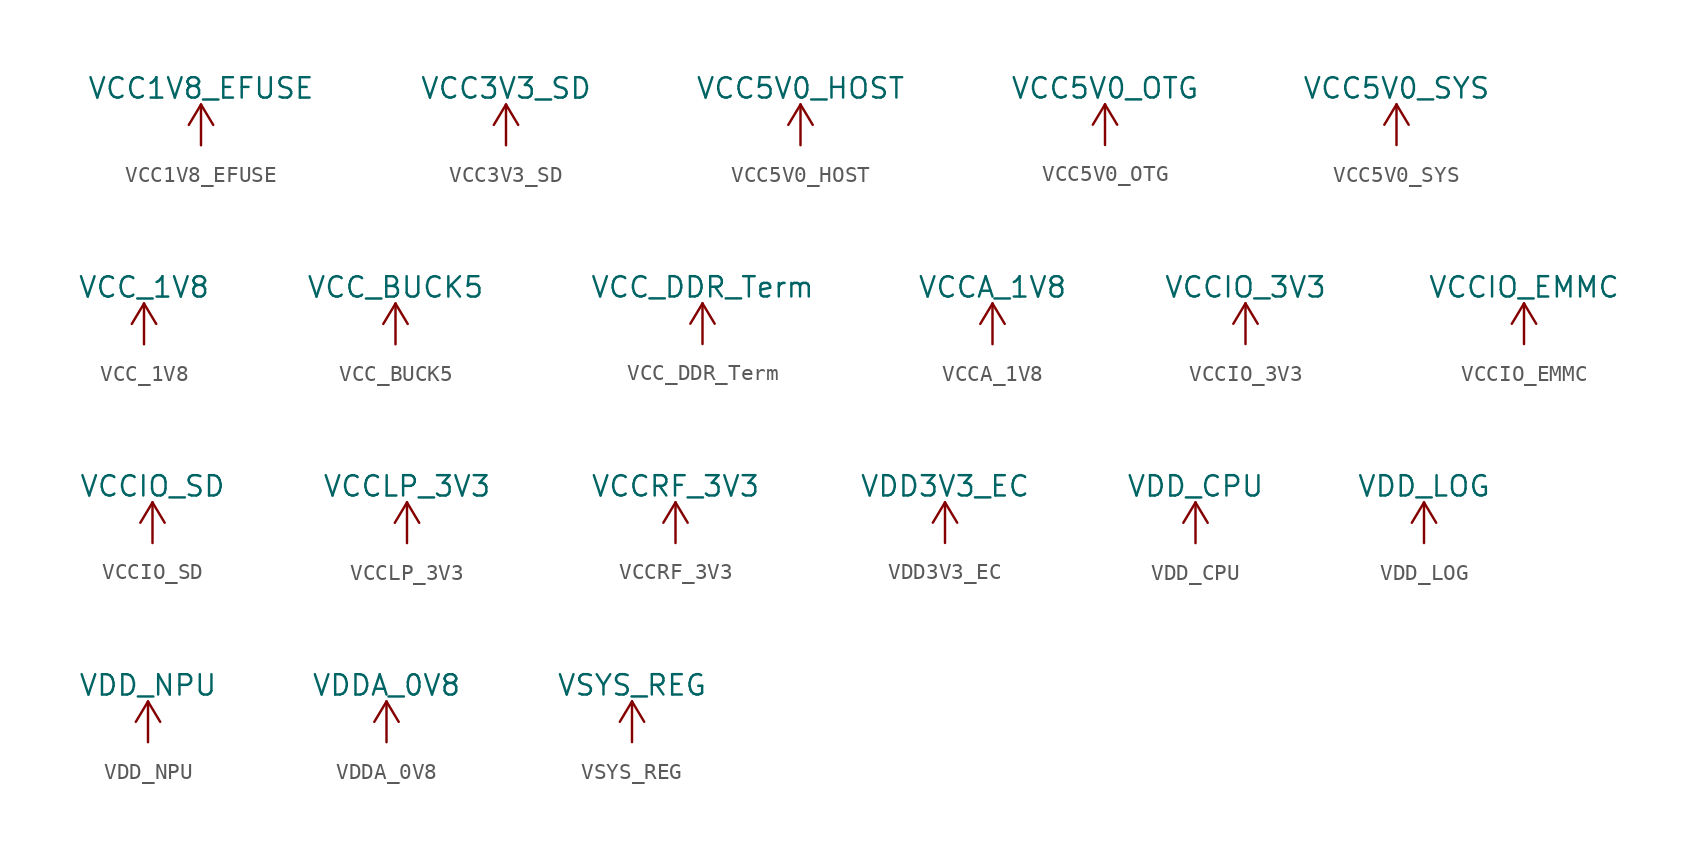
<source format=kicad_sym>
(kicad_symbol_lib
  (version 20220914)
  (generator kicad_symbol_editor)
  (symbol "VCC1V8_EFUSE"
    (power)
    (pin_names
      (offset 0))
    (property "Reference" "#PWR"
      (at 0 -3.81 0)
      (effects (font (size 1.27 1.27)) hide))
    (property "Value" "VCC1V8_EFUSE"
      (at 0 3.556 0)
      (effects (font (size 1.27 1.27))))
    (symbol "VCC1V8_EFUSE_0_1"
      (polyline (pts (xy -0.762 1.27) (xy 0 2.54)) (stroke (width 0) (type default)) (fill (type none)))
      (polyline (pts (xy 0 0) (xy 0 2.54)) (stroke (width 0) (type default)) (fill (type none)))
      (polyline (pts (xy 0 2.54) (xy 0.762 1.27)) (stroke (width 0) (type default)) (fill (type none))))
    (symbol "VCC1V8_EFUSE_1_1"
      (pin power_in line (at 0 0 90) (length 0) hide (name "VCC1V8_EFUSE" (effects (font (size 1.27 1.27)))) (number "1" (effects (font (size 1.27 1.27)))))))
  (symbol "VCC3V3_SD"
    (power)
    (pin_names
      (offset 0))
    (property "Reference" "#PWR"
      (at 0 -3.81 0)
      (effects (font (size 1.27 1.27)) hide))
    (property "Value" "VCC3V3_SD"
      (at 0 3.556 0)
      (effects (font (size 1.27 1.27))))
    (symbol "VCC3V3_SD_0_1"
      (polyline (pts (xy -0.762 1.27) (xy 0 2.54)) (stroke (width 0) (type default)) (fill (type none)))
      (polyline (pts (xy 0 0) (xy 0 2.54)) (stroke (width 0) (type default)) (fill (type none)))
      (polyline (pts (xy 0 2.54) (xy 0.762 1.27)) (stroke (width 0) (type default)) (fill (type none))))
    (symbol "VCC3V3_SD_1_1"
      (pin power_in line (at 0 0 90) (length 0) hide (name "VCC3V3_SD" (effects (font (size 1.27 1.27)))) (number "1" (effects (font (size 1.27 1.27)))))))
  (symbol "VCC5V0_HOST"
    (power)
    (pin_names
      (offset 0))
    (property "Reference" "#PWR"
      (at 0 -3.81 0)
      (effects (font (size 1.27 1.27)) hide))
    (property "Value" "VCC5V0_HOST"
      (at 0 3.556 0)
      (effects (font (size 1.27 1.27))))
    (symbol "VCC5V0_HOST_0_1"
      (polyline (pts (xy -0.762 1.27) (xy 0 2.54)) (stroke (width 0) (type default)) (fill (type none)))
      (polyline (pts (xy 0 0) (xy 0 2.54)) (stroke (width 0) (type default)) (fill (type none)))
      (polyline (pts (xy 0 2.54) (xy 0.762 1.27)) (stroke (width 0) (type default)) (fill (type none))))
    (symbol "VCC5V0_HOST_1_1"
      (pin power_in line (at 0 0 90) (length 0) hide (name "VCC5V0_HOST" (effects (font (size 1.27 1.27)))) (number "1" (effects (font (size 1.27 1.27)))))))
  (symbol "VCC5V0_OTG"
    (power)
    (pin_names
      (offset 0))
    (property "Reference" "#PWR"
      (at 0 -3.81 0)
      (effects (font (size 1.27 1.27)) hide))
    (property "Value" "VCC5V0_OTG"
      (at 0 3.556 0)
      (effects (font (size 1.27 1.27))))
    (symbol "VCC5V0_OTG_0_1"
      (polyline (pts (xy -0.762 1.27) (xy 0 2.54)) (stroke (width 0) (type default)) (fill (type none)))
      (polyline (pts (xy 0 0) (xy 0 2.54)) (stroke (width 0) (type default)) (fill (type none)))
      (polyline (pts (xy 0 2.54) (xy 0.762 1.27)) (stroke (width 0) (type default)) (fill (type none))))
    (symbol "VCC5V0_OTG_1_1"
      (pin power_in line (at 0 0 90) (length 0) hide (name "VCC5V0_OTG" (effects (font (size 1.27 1.27)))) (number "1" (effects (font (size 1.27 1.27)))))))
  (symbol "VCC5V0_SYS"
    (power)
    (pin_names
      (offset 0))
    (property "Reference" "#PWR"
      (at 0 -3.81 0)
      (effects (font (size 1.27 1.27)) hide))
    (property "Value" "VCC5V0_SYS"
      (at 0 3.556 0)
      (effects (font (size 1.27 1.27))))
    (symbol "VCC5V0_SYS_0_1"
      (polyline (pts (xy -0.762 1.27) (xy 0 2.54)) (stroke (width 0) (type default)) (fill (type none)))
      (polyline (pts (xy 0 0) (xy 0 2.54)) (stroke (width 0) (type default)) (fill (type none)))
      (polyline (pts (xy 0 2.54) (xy 0.762 1.27)) (stroke (width 0) (type default)) (fill (type none))))
    (symbol "VCC5V0_SYS_1_1"
      (pin power_in line (at 0 0 90) (length 0) hide (name "VCC5V0_SYS" (effects (font (size 1.27 1.27)))) (number "1" (effects (font (size 1.27 1.27)))))))
  (symbol "VCC_1V8"
    (power)
    (pin_names
      (offset 0))
    (property "Reference" "#PWR"
      (at 0 -3.81 0)
      (effects (font (size 1.27 1.27)) hide))
    (property "Value" "VCC_1V8"
      (at 0 3.556 0)
      (effects (font (size 1.27 1.27))))
    (symbol "VCC_1V8_0_1"
      (polyline (pts (xy -0.762 1.27) (xy 0 2.54)) (stroke (width 0) (type default)) (fill (type none)))
      (polyline (pts (xy 0 0) (xy 0 2.54)) (stroke (width 0) (type default)) (fill (type none)))
      (polyline (pts (xy 0 2.54) (xy 0.762 1.27)) (stroke (width 0) (type default)) (fill (type none))))
    (symbol "VCC_1V8_1_1"
      (pin power_in line (at 0 0 90) (length 0) hide (name "VCC_1V8" (effects (font (size 1.27 1.27)))) (number "1" (effects (font (size 1.27 1.27)))))))
  (symbol "VCC_BUCK5"
    (power)
    (pin_names
      (offset 0))
    (property "Reference" "#PWR"
      (at 0 -3.81 0)
      (effects (font (size 1.27 1.27)) hide))
    (property "Value" "VCC_BUCK5"
      (at 0 3.556 0)
      (effects (font (size 1.27 1.27))))
    (symbol "VCC_BUCK5_0_1"
      (polyline (pts (xy -0.762 1.27) (xy 0 2.54)) (stroke (width 0) (type default)) (fill (type none)))
      (polyline (pts (xy 0 0) (xy 0 2.54)) (stroke (width 0) (type default)) (fill (type none)))
      (polyline (pts (xy 0 2.54) (xy 0.762 1.27)) (stroke (width 0) (type default)) (fill (type none))))
    (symbol "VCC_BUCK5_1_1"
      (pin power_in line (at 0 0 90) (length 0) hide (name "VCC_BUCK5" (effects (font (size 1.27 1.27)))) (number "1" (effects (font (size 1.27 1.27)))))))
  (symbol "VCC_DDR_Term"
    (power)
    (pin_names
      (offset 0))
    (property "Reference" "#PWR"
      (at 0 -3.81 0)
      (effects (font (size 1.27 1.27)) hide))
    (property "Value" "VCC_DDR_Term"
      (at 0 3.556 0)
      (effects (font (size 1.27 1.27))))
    (symbol "VCC_DDR_Term_0_1"
      (polyline (pts (xy -0.762 1.27) (xy 0 2.54)) (stroke (width 0) (type default)) (fill (type none)))
      (polyline (pts (xy 0 0) (xy 0 2.54)) (stroke (width 0) (type default)) (fill (type none)))
      (polyline (pts (xy 0 2.54) (xy 0.762 1.27)) (stroke (width 0) (type default)) (fill (type none))))
    (symbol "VCC_DDR_Term_1_1"
      (pin power_in line (at 0 0 90) (length 0) hide (name "VCC_DDR_Term" (effects (font (size 1.27 1.27)))) (number "1" (effects (font (size 1.27 1.27)))))))
  (symbol "VCCA_1V8"
    (power)
    (pin_names
      (offset 0))
    (property "Reference" "#PWR"
      (at 0 -3.81 0)
      (effects (font (size 1.27 1.27)) hide))
    (property "Value" "VCCA_1V8"
      (at 0 3.556 0)
      (effects (font (size 1.27 1.27))))
    (symbol "VCCA_1V8_0_1"
      (polyline (pts (xy -0.762 1.27) (xy 0 2.54)) (stroke (width 0) (type default)) (fill (type none)))
      (polyline (pts (xy 0 0) (xy 0 2.54)) (stroke (width 0) (type default)) (fill (type none)))
      (polyline (pts (xy 0 2.54) (xy 0.762 1.27)) (stroke (width 0) (type default)) (fill (type none))))
    (symbol "VCCA_1V8_1_1"
      (pin power_in line (at 0 0 90) (length 0) hide (name "VCCA_1V8" (effects (font (size 1.27 1.27)))) (number "1" (effects (font (size 1.27 1.27)))))))
  (symbol "VCCIO_3V3"
    (power)
    (pin_names
      (offset 0))
    (property "Reference" "#PWR"
      (at 0 -3.81 0)
      (effects (font (size 1.27 1.27)) hide))
    (property "Value" "VCCIO_3V3"
      (at 0 3.556 0)
      (effects (font (size 1.27 1.27))))
    (symbol "VCCIO_3V3_0_1"
      (polyline (pts (xy -0.762 1.27) (xy 0 2.54)) (stroke (width 0) (type default)) (fill (type none)))
      (polyline (pts (xy 0 0) (xy 0 2.54)) (stroke (width 0) (type default)) (fill (type none)))
      (polyline (pts (xy 0 2.54) (xy 0.762 1.27)) (stroke (width 0) (type default)) (fill (type none))))
    (symbol "VCCIO_3V3_1_1"
      (pin power_in line (at 0 0 90) (length 0) hide (name "VCCIO_3V3" (effects (font (size 1.27 1.27)))) (number "1" (effects (font (size 1.27 1.27)))))))
  (symbol "VCCIO_EMMC"
    (power)
    (pin_names
      (offset 0))
    (property "Reference" "#PWR"
      (at 0 -3.81 0)
      (effects (font (size 1.27 1.27)) hide))
    (property "Value" "VCCIO_EMMC"
      (at 0 3.556 0)
      (effects (font (size 1.27 1.27))))
    (symbol "VCCIO_EMMC_0_1"
      (polyline (pts (xy -0.762 1.27) (xy 0 2.54)) (stroke (width 0) (type default)) (fill (type none)))
      (polyline (pts (xy 0 0) (xy 0 2.54)) (stroke (width 0) (type default)) (fill (type none)))
      (polyline (pts (xy 0 2.54) (xy 0.762 1.27)) (stroke (width 0) (type default)) (fill (type none))))
    (symbol "VCCIO_EMMC_1_1"
      (pin power_in line (at 0 0 90) (length 0) hide (name "VCCIO_EMMC" (effects (font (size 1.27 1.27)))) (number "1" (effects (font (size 1.27 1.27)))))))
  (symbol "VCCIO_SD"
    (power)
    (pin_names
      (offset 0))
    (property "Reference" "#PWR"
      (at 0 -3.81 0)
      (effects (font (size 1.27 1.27)) hide))
    (property "Value" "VCCIO_SD"
      (at 0 3.556 0)
      (effects (font (size 1.27 1.27))))
    (symbol "VCCIO_SD_0_1"
      (polyline (pts (xy -0.762 1.27) (xy 0 2.54)) (stroke (width 0) (type default)) (fill (type none)))
      (polyline (pts (xy 0 0) (xy 0 2.54)) (stroke (width 0) (type default)) (fill (type none)))
      (polyline (pts (xy 0 2.54) (xy 0.762 1.27)) (stroke (width 0) (type default)) (fill (type none))))
    (symbol "VCCIO_SD_1_1"
      (pin power_in line (at 0 0 90) (length 0) hide (name "VCCIO_SD" (effects (font (size 1.27 1.27)))) (number "1" (effects (font (size 1.27 1.27)))))))
  (symbol "VCCLP_3V3"
    (power)
    (pin_names
      (offset 0))
    (property "Reference" "#PWR"
      (at 0 -3.81 0)
      (effects (font (size 1.27 1.27)) hide))
    (property "Value" "VCCLP_3V3"
      (at 0 3.556 0)
      (effects (font (size 1.27 1.27))))
    (symbol "VCCLP_3V3_0_1"
      (polyline (pts (xy -0.762 1.27) (xy 0 2.54)) (stroke (width 0) (type default)) (fill (type none)))
      (polyline (pts (xy 0 0) (xy 0 2.54)) (stroke (width 0) (type default)) (fill (type none)))
      (polyline (pts (xy 0 2.54) (xy 0.762 1.27)) (stroke (width 0) (type default)) (fill (type none))))
    (symbol "VCCLP_3V3_1_1"
      (pin power_in line (at 0 0 90) (length 0) hide (name "VCCLP_3V3" (effects (font (size 1.27 1.27)))) (number "1" (effects (font (size 1.27 1.27)))))))
  (symbol "VCCRF_3V3"
    (power)
    (pin_names
      (offset 0))
    (property "Reference" "#PWR"
      (at 0 -3.81 0)
      (effects (font (size 1.27 1.27)) hide))
    (property "Value" "VCCRF_3V3"
      (at 0 3.556 0)
      (effects (font (size 1.27 1.27))))
    (symbol "VCCRF_3V3_0_1"
      (polyline (pts (xy -0.762 1.27) (xy 0 2.54)) (stroke (width 0) (type default)) (fill (type none)))
      (polyline (pts (xy 0 0) (xy 0 2.54)) (stroke (width 0) (type default)) (fill (type none)))
      (polyline (pts (xy 0 2.54) (xy 0.762 1.27)) (stroke (width 0) (type default)) (fill (type none))))
    (symbol "VCCRF_3V3_1_1"
      (pin power_in line (at 0 0 90) (length 0) hide (name "VCCRF_3V3" (effects (font (size 1.27 1.27)))) (number "1" (effects (font (size 1.27 1.27)))))))
  (symbol "VDD3V3_EC"
    (power)
    (pin_names
      (offset 0))
    (property "Reference" "#PWR"
      (at 0 -3.81 0)
      (effects (font (size 1.27 1.27)) hide))
    (property "Value" "VDD3V3_EC"
      (at 0 3.556 0)
      (effects (font (size 1.27 1.27))))
    (symbol "VDD3V3_EC_0_1"
      (polyline (pts (xy -0.762 1.27) (xy 0 2.54)) (stroke (width 0) (type default)) (fill (type none)))
      (polyline (pts (xy 0 0) (xy 0 2.54)) (stroke (width 0) (type default)) (fill (type none)))
      (polyline (pts (xy 0 2.54) (xy 0.762 1.27)) (stroke (width 0) (type default)) (fill (type none))))
    (symbol "VDD3V3_EC_1_1"
      (pin power_in line (at 0 0 90) (length 0) hide (name "VDD3V3_EC" (effects (font (size 1.27 1.27)))) (number "1" (effects (font (size 1.27 1.27)))))))
  (symbol "VDD_CPU"
    (power)
    (pin_names
      (offset 0))
    (property "Reference" "#PWR"
      (at 0 -3.81 0)
      (effects (font (size 1.27 1.27)) hide))
    (property "Value" "VDD_CPU"
      (at 0 3.556 0)
      (effects (font (size 1.27 1.27))))
    (symbol "VDD_CPU_0_1"
      (polyline (pts (xy -0.762 1.27) (xy 0 2.54)) (stroke (width 0) (type default)) (fill (type none)))
      (polyline (pts (xy 0 0) (xy 0 2.54)) (stroke (width 0) (type default)) (fill (type none)))
      (polyline (pts (xy 0 2.54) (xy 0.762 1.27)) (stroke (width 0) (type default)) (fill (type none))))
    (symbol "VDD_CPU_1_1"
      (pin power_in line (at 0 0 90) (length 0) hide (name "VDD_CPU" (effects (font (size 1.27 1.27)))) (number "1" (effects (font (size 1.27 1.27)))))))
  (symbol "VDD_LOG"
    (power)
    (pin_names
      (offset 0))
    (property "Reference" "#PWR"
      (at 0 -3.81 0)
      (effects (font (size 1.27 1.27)) hide))
    (property "Value" "VDD_LOG"
      (at 0 3.556 0)
      (effects (font (size 1.27 1.27))))
    (symbol "VDD_LOG_0_1"
      (polyline (pts (xy -0.762 1.27) (xy 0 2.54)) (stroke (width 0) (type default)) (fill (type none)))
      (polyline (pts (xy 0 0) (xy 0 2.54)) (stroke (width 0) (type default)) (fill (type none)))
      (polyline (pts (xy 0 2.54) (xy 0.762 1.27)) (stroke (width 0) (type default)) (fill (type none))))
    (symbol "VDD_LOG_1_1"
      (pin power_in line (at 0 0 90) (length 0) hide (name "VDD_LOG" (effects (font (size 1.27 1.27)))) (number "1" (effects (font (size 1.27 1.27)))))))
  (symbol "VDD_NPU"
    (power)
    (pin_names
      (offset 0))
    (property "Reference" "#PWR"
      (at 0 -3.81 0)
      (effects (font (size 1.27 1.27)) hide))
    (property "Value" "VDD_NPU"
      (at 0 3.556 0)
      (effects (font (size 1.27 1.27))))
    (symbol "VDD_NPU_0_1"
      (polyline (pts (xy -0.762 1.27) (xy 0 2.54)) (stroke (width 0) (type default)) (fill (type none)))
      (polyline (pts (xy 0 0) (xy 0 2.54)) (stroke (width 0) (type default)) (fill (type none)))
      (polyline (pts (xy 0 2.54) (xy 0.762 1.27)) (stroke (width 0) (type default)) (fill (type none))))
    (symbol "VDD_NPU_1_1"
      (pin power_in line (at 0 0 90) (length 0) hide (name "VDD_NPU" (effects (font (size 1.27 1.27)))) (number "1" (effects (font (size 1.27 1.27)))))))
  (symbol "VDDA_0V8"
    (power)
    (pin_names
      (offset 0))
    (property "Reference" "#PWR"
      (at 0 -3.81 0)
      (effects (font (size 1.27 1.27)) hide))
    (property "Value" "VDDA_0V8"
      (at 0 3.556 0)
      (effects (font (size 1.27 1.27))))
    (symbol "VDDA_0V8_0_1"
      (polyline (pts (xy -0.762 1.27) (xy 0 2.54)) (stroke (width 0) (type default)) (fill (type none)))
      (polyline (pts (xy 0 0) (xy 0 2.54)) (stroke (width 0) (type default)) (fill (type none)))
      (polyline (pts (xy 0 2.54) (xy 0.762 1.27)) (stroke (width 0) (type default)) (fill (type none))))
    (symbol "VDDA_0V8_1_1"
      (pin power_in line (at 0 0 90) (length 0) hide (name "VDDA_0V8" (effects (font (size 1.27 1.27)))) (number "1" (effects (font (size 1.27 1.27)))))))
  (symbol "VSYS_REG"
    (power)
    (pin_names
      (offset 0))
    (property "Reference" "#PWR"
      (at 0 -3.81 0)
      (effects (font (size 1.27 1.27)) hide))
    (property "Value" "VSYS_REG"
      (at 0 3.556 0)
      (effects (font (size 1.27 1.27))))
    (symbol "VSYS_REG_0_1"
      (polyline (pts (xy -0.762 1.27) (xy 0 2.54)) (stroke (width 0) (type default)) (fill (type none)))
      (polyline (pts (xy 0 0) (xy 0 2.54)) (stroke (width 0) (type default)) (fill (type none)))
      (polyline (pts (xy 0 2.54) (xy 0.762 1.27)) (stroke (width 0) (type default)) (fill (type none))))
    (symbol "VSYS_REG_1_1"
      (pin power_in line (at 0 0 90) (length 0) hide (name "VSYS_REG" (effects (font (size 1.27 1.27)))) (number "1" (effects (font (size 1.27 1.27))))))))
</source>
